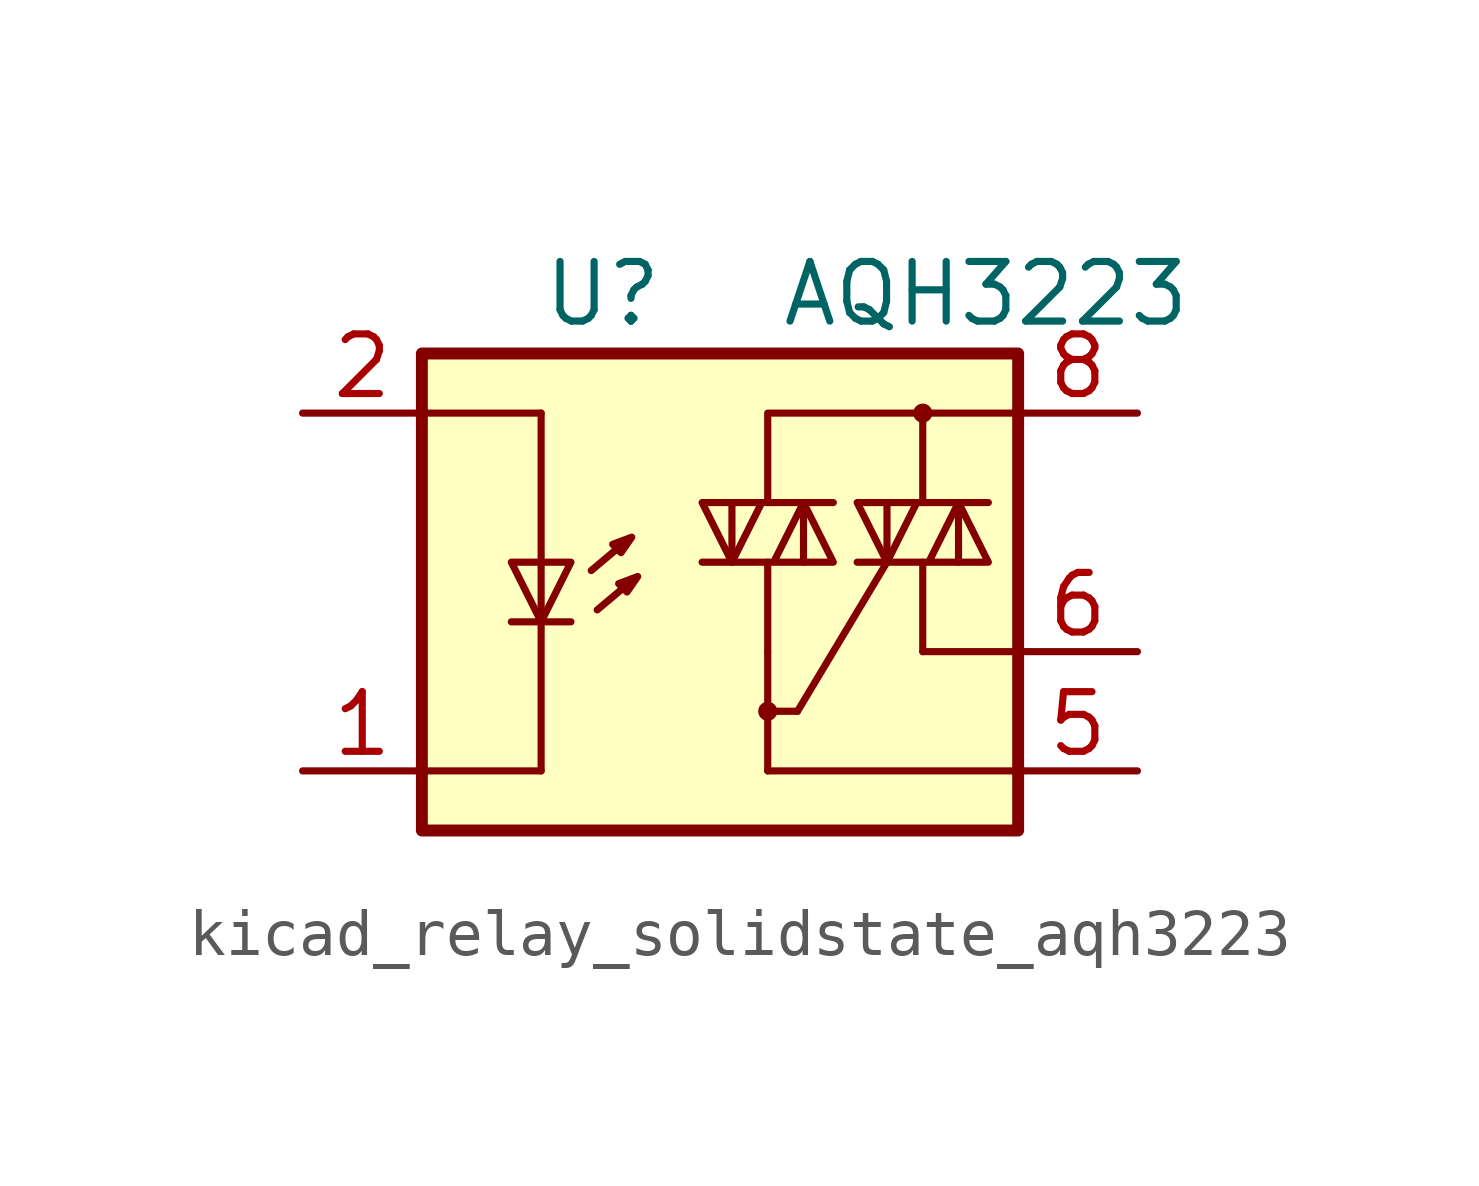
<source format=kicad_sym>
(kicad_symbol_lib
  (version 20220914)
  (generator kicad_symbol_editor)
  (symbol "kicad_relay_solidstate_aqh3223"
    (property "Reference" "U"
      (at -5.08 5.08 0)
      (effects (font (size 1.27 1.27)) (justify left)))
    (property "Value" "AQH3223"
      (at 0 5.08 0)
      (effects (font (size 1.27 1.27)) (justify left)))
    (symbol "kicad_relay_solidstate_aqh3223_0_1"
      (polyline (pts (xy 3.048 -2.54) (xy 5.08 -2.54)) (stroke (width 0) (type default)) (fill (type none)))
      (polyline (pts (xy 3.048 -0.635) (xy 3.048 -2.54)) (stroke (width 0) (type default)) (fill (type none))))
    (symbol "kicad_relay_solidstate_aqh3223_1_1"
      (rectangle (start -7.62 3.81) (end 5.08 -6.35) (stroke (width 0.254) (type default)) (fill (type background)))
      (circle (center -0.254 -3.81) (radius 0.127) (stroke (width 0) (type default)) (fill (type none)))
      (polyline (pts (xy -5.715 -1.905) (xy -4.445 -1.905)) (stroke (width 0) (type default)) (fill (type none)))
      (polyline (pts (xy -5.08 -5.08) (xy -7.62 -5.08)) (stroke (width 0) (type default)) (fill (type none)))
      (polyline (pts (xy -5.08 -1.905) (xy -5.08 -5.08)) (stroke (width 0) (type default)) (fill (type none)))
      (polyline (pts (xy -5.08 -0.635) (xy -5.08 -1.905)) (stroke (width 0) (type default)) (fill (type none)))
      (polyline (pts (xy -5.08 -0.635) (xy -5.08 2.54)) (stroke (width 0) (type default)) (fill (type none)))
      (polyline (pts (xy -5.08 2.54) (xy -7.493 2.54)) (stroke (width 0) (type default)) (fill (type none)))
      (polyline (pts (xy -3.378 -0.279) (xy -4.013 -0.813)) (stroke (width 0) (type default)) (fill (type none)))
      (polyline (pts (xy -3.251 -1.118) (xy -3.886 -1.651)) (stroke (width 0) (type default)) (fill (type none)))
      (polyline (pts (xy -1.016 -0.635) (xy -1.016 0.635)) (stroke (width 0) (type default)) (fill (type none)))
      (polyline (pts (xy -0.254 -3.81) (xy 0.381 -3.81)) (stroke (width 0) (type default)) (fill (type none)))
      (polyline (pts (xy -0.254 -2.54) (xy -0.254 -5.08)) (stroke (width 0) (type default)) (fill (type none)))
      (polyline (pts (xy -0.254 -2.54) (xy -0.254 -0.635)) (stroke (width 0) (type default)) (fill (type none)))
      (polyline (pts (xy 0.381 -3.81) (xy 2.286 -0.635)) (stroke (width 0) (type default)) (fill (type none)))
      (polyline (pts (xy 0.508 0.635) (xy 0.508 -0.635)) (stroke (width 0) (type default)) (fill (type none)))
      (polyline (pts (xy 2.286 -0.635) (xy 2.286 0.635)) (stroke (width 0) (type default)) (fill (type none)))
      (polyline (pts (xy 3.048 2.54) (xy 3.048 0.635)) (stroke (width 0) (type default)) (fill (type none)))
      (polyline (pts (xy 3.81 0.635) (xy 3.81 -0.635)) (stroke (width 0) (type default)) (fill (type none)))
      (polyline (pts (xy 5.08 -5.08) (xy -0.254 -5.08)) (stroke (width 0) (type default)) (fill (type none)))
      (polyline (pts (xy 5.08 2.54) (xy 3.048 2.54)) (stroke (width 0) (type default)) (fill (type none)))
      (polyline (pts (xy 3.048 2.54) (xy -0.254 2.54) (xy -0.254 0.635)) (stroke (width 0) (type default)) (fill (type none)))
      (polyline (pts (xy -5.08 -1.905) (xy -5.715 -0.635) (xy -4.445 -0.635) (xy -5.08 -1.905)) (stroke (width 0) (type default)) (fill (type none)))
      (polyline (pts (xy -3.556 -0.254) (xy -3.378 -0.432) (xy -3.15 -0.102) (xy -3.556 -0.254)) (stroke (width 0) (type default)) (fill (type none)))
      (polyline (pts (xy -3.429 -1.092) (xy -3.251 -1.27) (xy -3.023 -0.94) (xy -3.429 -1.092)) (stroke (width 0) (type default)) (fill (type none)))
      (polyline (pts (xy -1.651 -0.635) (xy 1.143 -0.635) (xy 0.508 0.635) (xy -0.127 -0.635)) (stroke (width 0) (type default)) (fill (type none)))
      (polyline (pts (xy 1.143 0.635) (xy -1.651 0.635) (xy -1.016 -0.635) (xy -0.381 0.635)) (stroke (width 0) (type default)) (fill (type none)))
      (polyline (pts (xy 1.651 -0.635) (xy 4.445 -0.635) (xy 3.81 0.635) (xy 3.175 -0.635)) (stroke (width 0) (type default)) (fill (type none)))
      (polyline (pts (xy 4.445 0.635) (xy 1.651 0.635) (xy 2.286 -0.635) (xy 2.921 0.635)) (stroke (width 0) (type default)) (fill (type none)))
      (circle (center 3.048 2.54) (radius 0.127) (stroke (width 0) (type default)) (fill (type none)))
      (pin passive line (at -10.16 -5.08 0) (length 2.54) (name "~" (effects (font (size 1.27 1.27)))) (number "1" (effects (font (size 1.27 1.27)))))
      (pin passive line (at -10.16 2.54 0) (length 2.54) (name "~" (effects (font (size 1.27 1.27)))) (number "2" (effects (font (size 1.27 1.27)))))
      (pin passive line (at -10.16 -5.08 0) (length 2.54) hide (name "~" (effects (font (size 1.27 1.27)))) (number "3" (effects (font (size 1.27 1.27)))))
      (pin passive line (at -10.16 -5.08 0) (length 2.54) hide (name "~" (effects (font (size 1.27 1.27)))) (number "4" (effects (font (size 1.27 1.27)))))
      (pin passive line (at 7.62 -5.08 180) (length 2.54) (name "~" (effects (font (size 1.27 1.27)))) (number "5" (effects (font (size 1.27 1.27)))))
      (pin passive line (at 7.62 -2.54 180) (length 2.54) (name "~" (effects (font (size 1.27 1.27)))) (number "6" (effects (font (size 1.27 1.27)))))
      (pin passive line (at 7.62 2.54 180) (length 2.54) (name "~" (effects (font (size 1.27 1.27)))) (number "8" (effects (font (size 1.27 1.27))))))))
</source>
